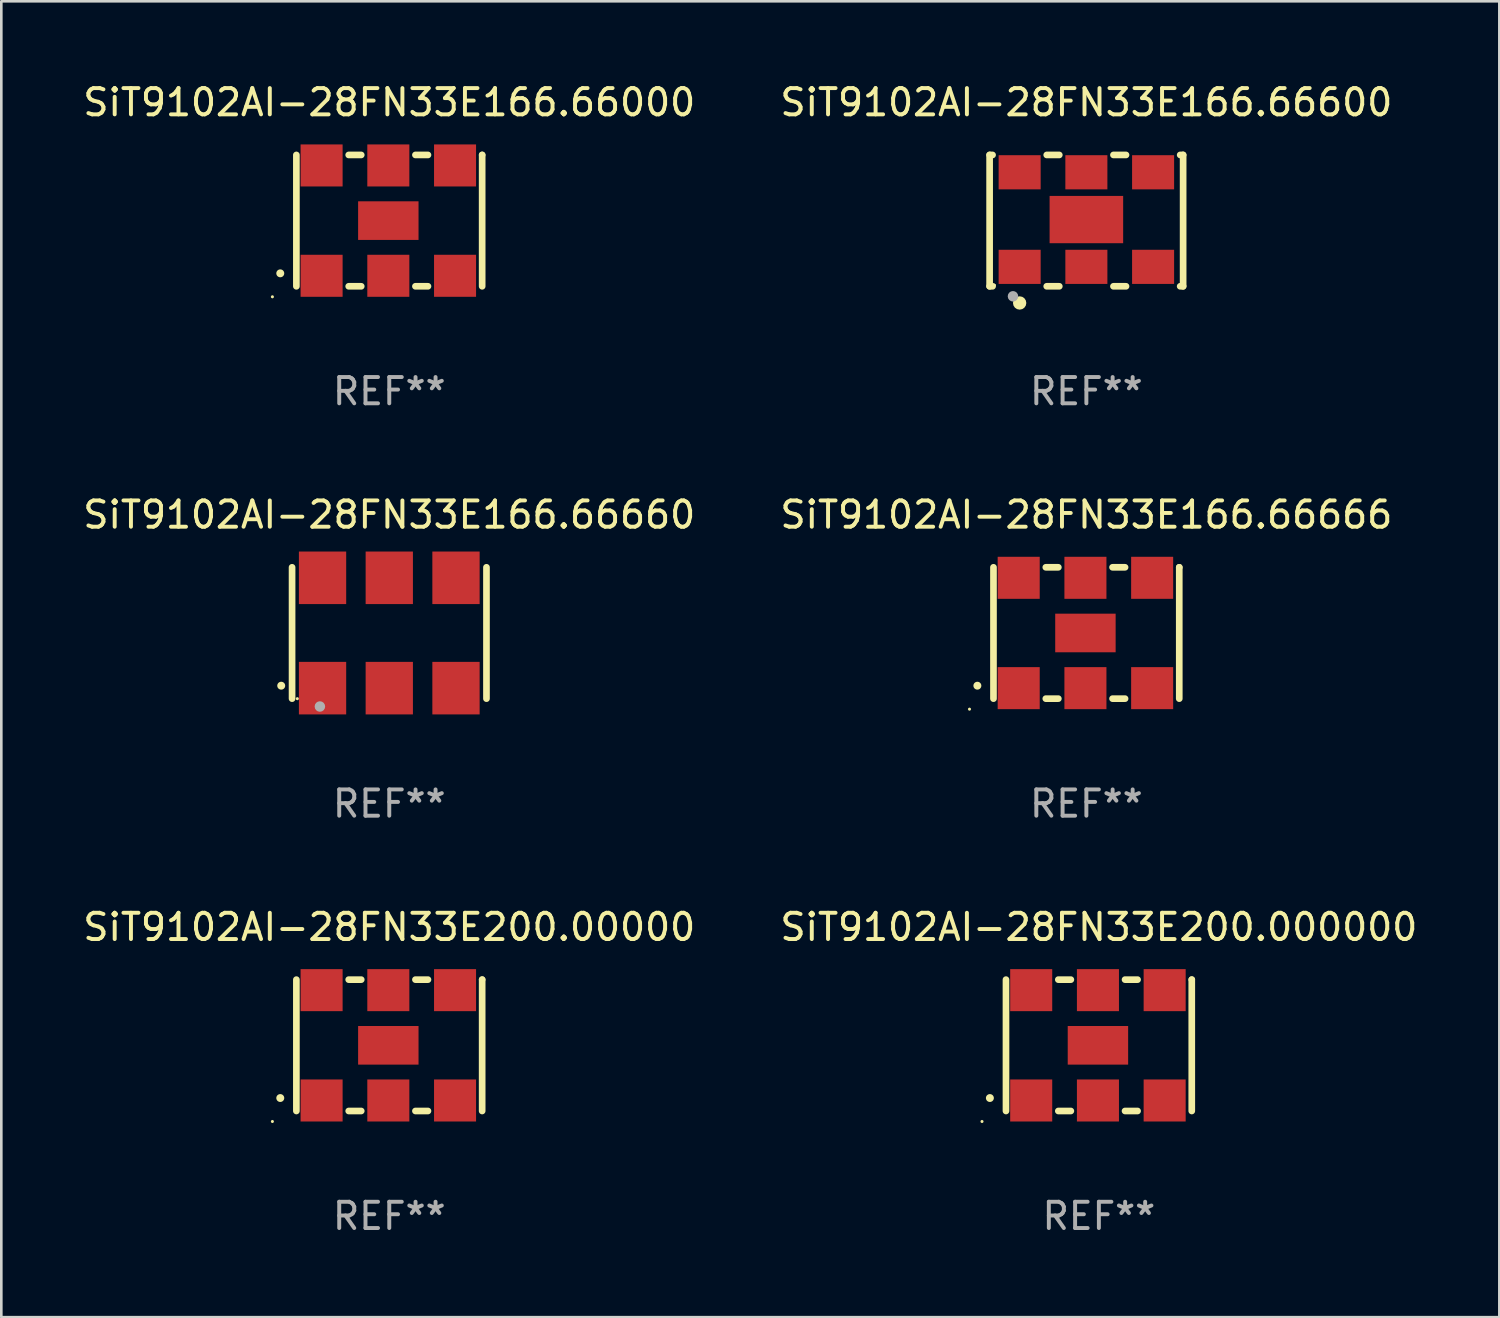
<source format=kicad_pcb>
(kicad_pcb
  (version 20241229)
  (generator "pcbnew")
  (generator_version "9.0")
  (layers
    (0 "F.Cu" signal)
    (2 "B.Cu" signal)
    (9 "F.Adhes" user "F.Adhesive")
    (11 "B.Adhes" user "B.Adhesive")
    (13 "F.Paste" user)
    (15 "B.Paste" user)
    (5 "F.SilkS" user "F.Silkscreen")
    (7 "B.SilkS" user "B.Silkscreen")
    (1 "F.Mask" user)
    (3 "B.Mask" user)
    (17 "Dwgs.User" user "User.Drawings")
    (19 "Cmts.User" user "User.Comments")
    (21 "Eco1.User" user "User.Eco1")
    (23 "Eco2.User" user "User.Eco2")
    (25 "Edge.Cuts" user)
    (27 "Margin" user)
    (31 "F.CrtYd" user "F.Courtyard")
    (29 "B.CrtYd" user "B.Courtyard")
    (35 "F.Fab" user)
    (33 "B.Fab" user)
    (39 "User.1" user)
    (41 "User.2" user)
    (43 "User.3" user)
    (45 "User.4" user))
  (footprint "SiT9102AI-28FN33E200.00000"
    (layer "F.Cu")
    (at 11.768 36.741)
    (property "Reference" "SiT9102AI-28FN33E200.00000" (at 0 -4.5 0) (layer "F.SilkS") (effects (font (size 1 1) (thickness 0.15))))
    (attr through_hole)
    (fp_line (start -3.536 -2.5) (end -3.536 2.5) (stroke (width 0.254) (type solid)) (layer "F.SilkS"))
    (fp_line (start -1.544 2.5) (end -1.067 2.5) (stroke (width 0.254) (type solid)) (layer "F.SilkS"))
    (fp_line (start -1.067 -2.5) (end -1.544 -2.5) (stroke (width 0.254) (type solid)) (layer "F.SilkS"))
    (fp_line (start 0.996 2.5) (end 1.473 2.5) (stroke (width 0.254) (type solid)) (layer "F.SilkS"))
    (fp_line (start 1.473 -2.5) (end 0.996 -2.5) (stroke (width 0.254) (type solid)) (layer "F.SilkS"))
    (fp_line (start 3.536 -2.5) (end 3.536 -2.5) (stroke (width 0.254) (type solid)) (layer "F.SilkS"))
    (fp_line (start 3.536 2.5) (end 3.536 -2.5) (stroke (width 0.254) (type solid)) (layer "F.SilkS"))
    (fp_arc (start -4.150432 2.006604) (mid -4.149162 2.006599) (end -4.147892 2.006604) (stroke (width 0.3) (type solid)) (layer "F.SilkS"))
    (fp_circle (center -4.449 2.9) (end -4.419 2.9) (stroke (width 0.06) (type solid)) (fill no) (layer "F.SilkS"))
    (fp_text user "REF**" (at 0 6.5 0) (layer "F.Fab") (effects (font (size 1 1) (thickness 0.15))))
    (pad "1" smd rect (at -2.576 2.1) (size 1.6 1.6) (layers "F.Cu" "F.Mask" "F.Paste"))
    (pad "2" smd rect (at -0.036 2.1) (size 1.6 1.6) (layers "F.Cu" "F.Mask" "F.Paste"))
    (pad "3" smd rect (at 2.504 2.1) (size 1.6 1.6) (layers "F.Cu" "F.Mask" "F.Paste"))
    (pad "4" smd rect (at 2.504 -2.1) (size 1.6 1.6) (layers "F.Cu" "F.Mask" "F.Paste"))
    (pad "5" smd rect (at -0.036 -2.1) (size 1.6 1.6) (layers "F.Cu" "F.Mask" "F.Paste"))
    (pad "6" smd rect (at -2.576 -2.1) (size 1.6 1.6) (layers "F.Cu" "F.Mask" "F.Paste"))
    (pad "7" smd rect (at -0.036 0) (size 2.3 1.47) (layers "F.Cu" "F.Mask" "F.Paste")))
  (footprint "SiT9102AI-28FN33E200.000000"
    (layer "F.Cu")
    (at 38.78 36.741)
    (property "Reference" "SiT9102AI-28FN33E200.000000" (at 0 -4.5 0) (layer "F.SilkS") (effects (font (size 1 1) (thickness 0.15))))
    (attr through_hole)
    (fp_line (start -3.536 -2.5) (end -3.536 2.5) (stroke (width 0.254) (type solid)) (layer "F.SilkS"))
    (fp_line (start -1.544 2.5) (end -1.067 2.5) (stroke (width 0.254) (type solid)) (layer "F.SilkS"))
    (fp_line (start -1.067 -2.5) (end -1.544 -2.5) (stroke (width 0.254) (type solid)) (layer "F.SilkS"))
    (fp_line (start 0.996 2.5) (end 1.473 2.5) (stroke (width 0.254) (type solid)) (layer "F.SilkS"))
    (fp_line (start 1.473 -2.5) (end 0.996 -2.5) (stroke (width 0.254) (type solid)) (layer "F.SilkS"))
    (fp_line (start 3.536 -2.5) (end 3.536 -2.5) (stroke (width 0.254) (type solid)) (layer "F.SilkS"))
    (fp_line (start 3.536 2.5) (end 3.536 -2.5) (stroke (width 0.254) (type solid)) (layer "F.SilkS"))
    (fp_arc (start -4.150432 2.006604) (mid -4.149162 2.006599) (end -4.147892 2.006604) (stroke (width 0.3) (type solid)) (layer "F.SilkS"))
    (fp_circle (center -4.449 2.9) (end -4.419 2.9) (stroke (width 0.06) (type solid)) (fill no) (layer "F.SilkS"))
    (fp_text user "REF**" (at 0 6.5 0) (layer "F.Fab") (effects (font (size 1 1) (thickness 0.15))))
    (pad "1" smd rect (at -2.576 2.1) (size 1.6 1.6) (layers "F.Cu" "F.Mask" "F.Paste"))
    (pad "2" smd rect (at -0.036 2.1) (size 1.6 1.6) (layers "F.Cu" "F.Mask" "F.Paste"))
    (pad "3" smd rect (at 2.504 2.1) (size 1.6 1.6) (layers "F.Cu" "F.Mask" "F.Paste"))
    (pad "4" smd rect (at 2.504 -2.1) (size 1.6 1.6) (layers "F.Cu" "F.Mask" "F.Paste"))
    (pad "5" smd rect (at -0.036 -2.1) (size 1.6 1.6) (layers "F.Cu" "F.Mask" "F.Paste"))
    (pad "6" smd rect (at -2.576 -2.1) (size 1.6 1.6) (layers "F.Cu" "F.Mask" "F.Paste"))
    (pad "7" smd rect (at -0.036 0) (size 2.3 1.47) (layers "F.Cu" "F.Mask" "F.Paste")))
  (footprint "SiT9102AI-28FN33E166.66666"
    (layer "F.Cu")
    (at 38.304 21.045)
    (property "Reference" "SiT9102AI-28FN33E166.66666" (at 0 -4.5 0) (layer "F.SilkS") (effects (font (size 1 1) (thickness 0.15))))
    (attr through_hole)
    (fp_line (start -3.536 -2.5) (end -3.536 2.5) (stroke (width 0.254) (type solid)) (layer "F.SilkS"))
    (fp_line (start -1.544 2.5) (end -1.067 2.5) (stroke (width 0.254) (type solid)) (layer "F.SilkS"))
    (fp_line (start -1.067 -2.5) (end -1.544 -2.5) (stroke (width 0.254) (type solid)) (layer "F.SilkS"))
    (fp_line (start 0.996 2.5) (end 1.473 2.5) (stroke (width 0.254) (type solid)) (layer "F.SilkS"))
    (fp_line (start 1.473 -2.5) (end 0.996 -2.5) (stroke (width 0.254) (type solid)) (layer "F.SilkS"))
    (fp_line (start 3.536 -2.5) (end 3.536 -2.5) (stroke (width 0.254) (type solid)) (layer "F.SilkS"))
    (fp_line (start 3.536 2.5) (end 3.536 -2.5) (stroke (width 0.254) (type solid)) (layer "F.SilkS"))
    (fp_arc (start -4.150432 2.006604) (mid -4.149162 2.006599) (end -4.147892 2.006604) (stroke (width 0.3) (type solid)) (layer "F.SilkS"))
    (fp_circle (center -4.449 2.9) (end -4.419 2.9) (stroke (width 0.06) (type solid)) (fill no) (layer "F.SilkS"))
    (fp_text user "REF**" (at 0 6.5 0) (layer "F.Fab") (effects (font (size 1 1) (thickness 0.15))))
    (pad "1" smd rect (at -2.576 2.1) (size 1.6 1.6) (layers "F.Cu" "F.Mask" "F.Paste"))
    (pad "2" smd rect (at -0.036 2.1) (size 1.6 1.6) (layers "F.Cu" "F.Mask" "F.Paste"))
    (pad "3" smd rect (at 2.504 2.1) (size 1.6 1.6) (layers "F.Cu" "F.Mask" "F.Paste"))
    (pad "4" smd rect (at 2.504 -2.1) (size 1.6 1.6) (layers "F.Cu" "F.Mask" "F.Paste"))
    (pad "5" smd rect (at -0.036 -2.1) (size 1.6 1.6) (layers "F.Cu" "F.Mask" "F.Paste"))
    (pad "6" smd rect (at -2.576 -2.1) (size 1.6 1.6) (layers "F.Cu" "F.Mask" "F.Paste"))
    (pad "7" smd rect (at -0.036 0) (size 2.3 1.47) (layers "F.Cu" "F.Mask" "F.Paste")))
  (footprint "SiT9102AI-28FN33E166.66000"
    (layer "F.Cu")
    (at 11.768 5.348)
    (property "Reference" "SiT9102AI-28FN33E166.66000" (at 0 -4.5 0) (layer "F.SilkS") (effects (font (size 1 1) (thickness 0.15))))
    (attr through_hole)
    (fp_line (start -3.536 -2.5) (end -3.536 2.5) (stroke (width 0.254) (type solid)) (layer "F.SilkS"))
    (fp_line (start -1.544 2.5) (end -1.067 2.5) (stroke (width 0.254) (type solid)) (layer "F.SilkS"))
    (fp_line (start -1.067 -2.5) (end -1.544 -2.5) (stroke (width 0.254) (type solid)) (layer "F.SilkS"))
    (fp_line (start 0.996 2.5) (end 1.473 2.5) (stroke (width 0.254) (type solid)) (layer "F.SilkS"))
    (fp_line (start 1.473 -2.5) (end 0.996 -2.5) (stroke (width 0.254) (type solid)) (layer "F.SilkS"))
    (fp_line (start 3.536 -2.5) (end 3.536 -2.5) (stroke (width 0.254) (type solid)) (layer "F.SilkS"))
    (fp_line (start 3.536 2.5) (end 3.536 -2.5) (stroke (width 0.254) (type solid)) (layer "F.SilkS"))
    (fp_arc (start -4.150432 2.006604) (mid -4.149162 2.006599) (end -4.147892 2.006604) (stroke (width 0.3) (type solid)) (layer "F.SilkS"))
    (fp_circle (center -4.449 2.9) (end -4.419 2.9) (stroke (width 0.06) (type solid)) (fill no) (layer "F.SilkS"))
    (fp_text user "REF**" (at 0 6.5 0) (layer "F.Fab") (effects (font (size 1 1) (thickness 0.15))))
    (pad "1" smd rect (at -2.576 2.1) (size 1.6 1.6) (layers "F.Cu" "F.Mask" "F.Paste"))
    (pad "2" smd rect (at -0.036 2.1) (size 1.6 1.6) (layers "F.Cu" "F.Mask" "F.Paste"))
    (pad "3" smd rect (at 2.504 2.1) (size 1.6 1.6) (layers "F.Cu" "F.Mask" "F.Paste"))
    (pad "4" smd rect (at 2.504 -2.1) (size 1.6 1.6) (layers "F.Cu" "F.Mask" "F.Paste"))
    (pad "5" smd rect (at -0.036 -2.1) (size 1.6 1.6) (layers "F.Cu" "F.Mask" "F.Paste"))
    (pad "6" smd rect (at -2.576 -2.1) (size 1.6 1.6) (layers "F.Cu" "F.Mask" "F.Paste"))
    (pad "7" smd rect (at -0.036 0) (size 2.3 1.47) (layers "F.Cu" "F.Mask" "F.Paste")))
  (footprint "SiT9102AI-28FN33E166.66660"
    (layer "F.Cu")
    (at 11.768 21.045)
    (property "Reference" "SiT9102AI-28FN33E166.66660" (at 0 -4.5 0) (layer "F.SilkS") (effects (font (size 1 1) (thickness 0.15))))
    (attr through_hole)
    (fp_line (start -3.7 -2.5) (end -3.7 2.5) (stroke (width 0.254) (type solid)) (layer "F.SilkS"))
    (fp_line (start 3.7 -2.5) (end 3.7 2.5) (stroke (width 0.254) (type solid)) (layer "F.SilkS"))
    (fp_arc (start -4.114415 2.006604) (mid -4.113145 2.006599) (end -4.111875 2.006604) (stroke (width 0.3) (type solid)) (layer "F.SilkS"))
    (fp_circle (center -3.5 2.501) (end -3.47 2.501) (stroke (width 0.06) (type solid)) (fill no) (layer "F.SilkS"))
    (fp_circle (center -2.641 2.799) (end -2.541 2.799) (stroke (width 0.2) (type solid)) (fill no) (layer "F.Fab"))
    (fp_text user "REF**" (at 0 6.5 0) (layer "F.Fab") (effects (font (size 1 1) (thickness 0.15))))
    (pad "1" smd rect (at -2.54 2.1) (size 1.8 2) (layers "F.Cu" "F.Mask" "F.Paste"))
    (pad "2" smd rect (at 0.000394 2.1) (size 1.8 2) (layers "F.Cu" "F.Mask" "F.Paste"))
    (pad "3" smd rect (at 2.54 2.1) (size 1.8 2) (layers "F.Cu" "F.Mask" "F.Paste"))
    (pad "4" smd rect (at 2.54 -2.1) (size 1.8 2) (layers "F.Cu" "F.Mask" "F.Paste"))
    (pad "5" smd rect (at 0.000394 -2.1) (size 1.8 2) (layers "F.Cu" "F.Mask" "F.Paste"))
    (pad "6" smd rect (at -2.54 -2.1) (size 1.8 2) (layers "F.Cu" "F.Mask" "F.Paste")))
  (footprint "SiT9102AI-28FN33E166.66600"
    (layer "F.Cu")
    (at 38.304 5.348)
    (property "Reference" "SiT9102AI-28FN33E166.66600" (at 0 -4.5 0) (layer "F.SilkS") (effects (font (size 1 1) (thickness 0.15))))
    (attr through_hole)
    (fp_line (start -3.683 -2.5) (end -3.571 -2.5) (stroke (width 0.254) (type solid)) (layer "F.SilkS"))
    (fp_line (start -3.683 2.5) (end -3.683 -2.5) (stroke (width 0.254) (type solid)) (layer "F.SilkS"))
    (fp_line (start -3.683 2.5) (end -3.571 2.5) (stroke (width 0.254) (type solid)) (layer "F.SilkS"))
    (fp_line (start -1.509 -2.5) (end -1.031 -2.5) (stroke (width 0.254) (type solid)) (layer "F.SilkS"))
    (fp_line (start -1.509 2.5) (end -1.031 2.5) (stroke (width 0.254) (type solid)) (layer "F.SilkS"))
    (fp_line (start 1.031 -2.5) (end 1.509 -2.5) (stroke (width 0.254) (type solid)) (layer "F.SilkS"))
    (fp_line (start 1.031 2.5) (end 1.509 2.5) (stroke (width 0.254) (type solid)) (layer "F.SilkS"))
    (fp_line (start 3.571 -2.5) (end 3.683 -2.5) (stroke (width 0.254) (type solid)) (layer "F.SilkS"))
    (fp_line (start 3.571 2.5) (end 3.683 2.5) (stroke (width 0.254) (type solid)) (layer "F.SilkS"))
    (fp_line (start 3.683 2.5) (end 3.683 -2.5) (stroke (width 0.254) (type solid)) (layer "F.SilkS"))
    (fp_circle (center -3.5 2.46) (end -3.47 2.46) (stroke (width 0.06) (type solid)) (fill no) (layer "F.SilkS"))
    (fp_circle (center -2.54 3.135) (end -2.413 3.135) (stroke (width 0.254) (type solid)) (fill no) (layer "F.SilkS"))
    (fp_circle (center -2.794 2.881) (end -2.694 2.881) (stroke (width 0.2) (type solid)) (fill no) (layer "F.Fab"))
    (fp_text user "REF**" (at 0 6.5 0) (layer "F.Fab") (effects (font (size 1 1) (thickness 0.15))))
    (pad "1" smd rect (at -2.54 1.76) (size 1.6 1.3) (layers "F.Cu" "F.Mask" "F.Paste"))
    (pad "2" smd rect (at 0 1.76) (size 1.6 1.3) (layers "F.Cu" "F.Mask" "F.Paste"))
    (pad "3" smd rect (at 2.54 1.76) (size 1.6 1.3) (layers "F.Cu" "F.Mask" "F.Paste"))
    (pad "4" smd rect (at 2.54 -1.84) (size 1.6 1.3) (layers "F.Cu" "F.Mask" "F.Paste"))
    (pad "5" smd rect (at 0 -1.84) (size 1.6 1.3) (layers "F.Cu" "F.Mask" "F.Paste"))
    (pad "6" smd rect (at -2.54 -1.84) (size 1.6 1.3) (layers "F.Cu" "F.Mask" "F.Paste"))
    (pad "7" smd rect (at 0 -0.04) (size 2.8 1.8) (layers "F.Cu" "F.Mask" "F.Paste")))
  (gr_rect
    (start -3 -3)
    (end 54.024 47.09)
    (stroke (width 0.1) (type default))
    (fill no)
    (layer "Edge.Cuts")))
</source>
